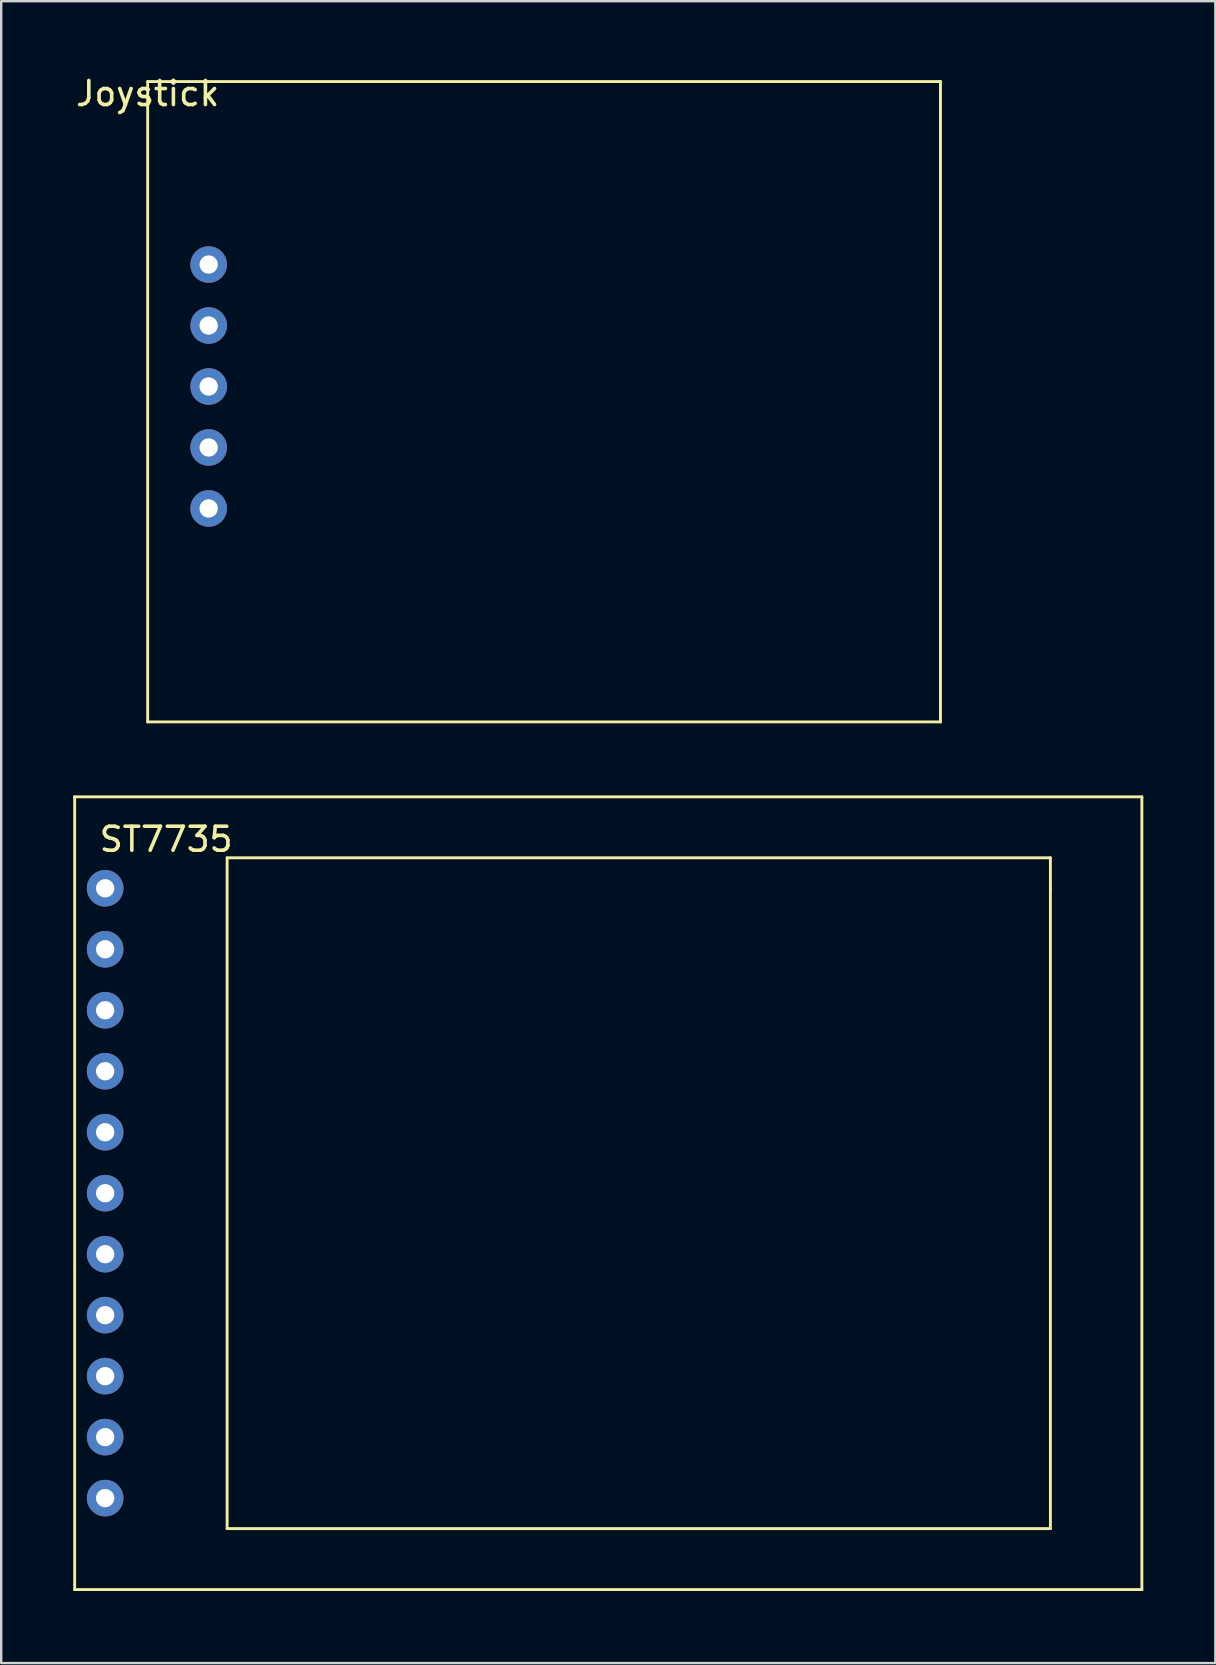
<source format=kicad_pcb>
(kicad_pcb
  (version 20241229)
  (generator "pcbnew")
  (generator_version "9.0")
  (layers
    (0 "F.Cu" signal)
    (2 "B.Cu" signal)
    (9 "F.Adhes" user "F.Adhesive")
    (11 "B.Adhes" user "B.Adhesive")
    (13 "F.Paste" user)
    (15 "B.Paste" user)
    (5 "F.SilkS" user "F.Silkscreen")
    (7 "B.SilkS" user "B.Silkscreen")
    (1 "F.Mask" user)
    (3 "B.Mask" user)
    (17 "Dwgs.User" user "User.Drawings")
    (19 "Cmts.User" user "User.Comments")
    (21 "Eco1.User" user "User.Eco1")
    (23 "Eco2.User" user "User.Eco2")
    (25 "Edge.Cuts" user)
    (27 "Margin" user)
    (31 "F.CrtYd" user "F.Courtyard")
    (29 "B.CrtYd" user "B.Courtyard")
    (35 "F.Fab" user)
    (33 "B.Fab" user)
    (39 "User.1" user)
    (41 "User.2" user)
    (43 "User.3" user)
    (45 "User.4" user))
  (footprint "ST7735"
    (layer "F.Cu")
    (at 3.87 31.408)
    (property "Reference" "ST7735" (at 0 0.5 0) (layer "F.SilkS") (effects (font (size 1 1) (thickness 0.15))))
    (attr through_hole)
    (fp_line (start -3.81 -1.27) (end -3.81 31.75) (stroke (width 0.12) (type solid)) (layer "F.SilkS"))
    (fp_line (start -3.81 31.75) (end 40.64 31.75) (stroke (width 0.12) (type solid)) (layer "F.SilkS"))
    (fp_line (start 2.54 1.27) (end 2.54 29.21) (stroke (width 0.12) (type solid)) (layer "F.SilkS"))
    (fp_line (start 2.54 29.21) (end 36.83 29.21) (stroke (width 0.12) (type solid)) (layer "F.SilkS"))
    (fp_line (start 36.83 1.27) (end 2.54 1.27) (stroke (width 0.12) (type solid)) (layer "F.SilkS"))
    (fp_line (start 36.83 2.54) (end 36.83 1.27) (stroke (width 0.12) (type solid)) (layer "F.SilkS"))
    (fp_line (start 36.83 29.21) (end 36.83 2.54) (stroke (width 0.12) (type solid)) (layer "F.SilkS"))
    (fp_line (start 40.64 -1.27) (end -3.81 -1.27) (stroke (width 0.12) (type solid)) (layer "F.SilkS"))
    (fp_line (start 40.64 31.75) (end 40.64 -1.27) (stroke (width 0.12) (type solid)) (layer "F.SilkS"))
    (pad "1" thru_hole circle (at -2.54 2.54) (size 1.524 1.524) (drill 0.762) (layers "*.Cu" "*.Mask"))
    (pad "2" thru_hole circle (at -2.54 5.08) (size 1.524 1.524) (drill 0.762) (layers "*.Cu" "*.Mask"))
    (pad "3" thru_hole circle (at -2.54 7.62) (size 1.524 1.524) (drill 0.762) (layers "*.Cu" "*.Mask"))
    (pad "4" thru_hole circle (at -2.54 10.16) (size 1.524 1.524) (drill 0.762) (layers "*.Cu" "*.Mask"))
    (pad "5" thru_hole circle (at -2.54 12.7) (size 1.524 1.524) (drill 0.762) (layers "*.Cu" "*.Mask"))
    (pad "6" thru_hole circle (at -2.54 15.24) (size 1.524 1.524) (drill 0.762) (layers "*.Cu" "*.Mask"))
    (pad "7" thru_hole circle (at -2.54 17.78) (size 1.524 1.524) (drill 0.762) (layers "*.Cu" "*.Mask"))
    (pad "8" thru_hole circle (at -2.54 20.32) (size 1.524 1.524) (drill 0.762) (layers "*.Cu" "*.Mask"))
    (pad "9" thru_hole circle (at -2.54 22.86) (size 1.524 1.524) (drill 0.762) (layers "*.Cu" "*.Mask"))
    (pad "10" thru_hole circle (at -2.54 25.4) (size 1.524 1.524) (drill 0.762) (layers "*.Cu" "*.Mask"))
    (pad "11" thru_hole circle (at -2.54 27.94) (size 1.524 1.524) (drill 0.762) (layers "*.Cu" "*.Mask")))
  (footprint "Joystick"
    (layer "F.Cu")
    (at 10.721 5.428)
    (property "Reference" "Joystick" (at -7.62 -4.58 180) (layer "F.SilkS") (effects (font (size 1 1) (thickness 0.15))))
    (attr through_hole)
    (fp_line (start -7.62 -5.08) (end 25.4 -5.08) (stroke (width 0.12) (type solid)) (layer "F.SilkS"))
    (fp_line (start -7.62 21.59) (end -7.62 -5.08) (stroke (width 0.12) (type solid)) (layer "F.SilkS"))
    (fp_line (start 25.4 -5.08) (end 25.4 21.59) (stroke (width 0.12) (type solid)) (layer "F.SilkS"))
    (fp_line (start 25.4 21.59) (end -7.62 21.59) (stroke (width 0.12) (type solid)) (layer "F.SilkS"))
    (pad "1" thru_hole circle (at -5.08 2.54) (size 1.524 1.524) (drill 0.762) (layers "*.Cu" "*.Mask"))
    (pad "2" thru_hole circle (at -5.08 5.08) (size 1.524 1.524) (drill 0.762) (layers "*.Cu" "*.Mask"))
    (pad "3" thru_hole circle (at -5.08 7.62) (size 1.524 1.524) (drill 0.762) (layers "*.Cu" "*.Mask"))
    (pad "4" thru_hole circle (at -5.08 10.16) (size 1.524 1.524) (drill 0.762) (layers "*.Cu" "*.Mask"))
    (pad "5" thru_hole circle (at -5.08 12.7) (size 1.524 1.524) (drill 0.762) (layers "*.Cu" "*.Mask")))
  (gr_rect
    (start -3 -3)
    (end 47.57 66.218)
    (stroke (width 0.1) (type default))
    (fill no)
    (layer "Edge.Cuts")))
</source>
